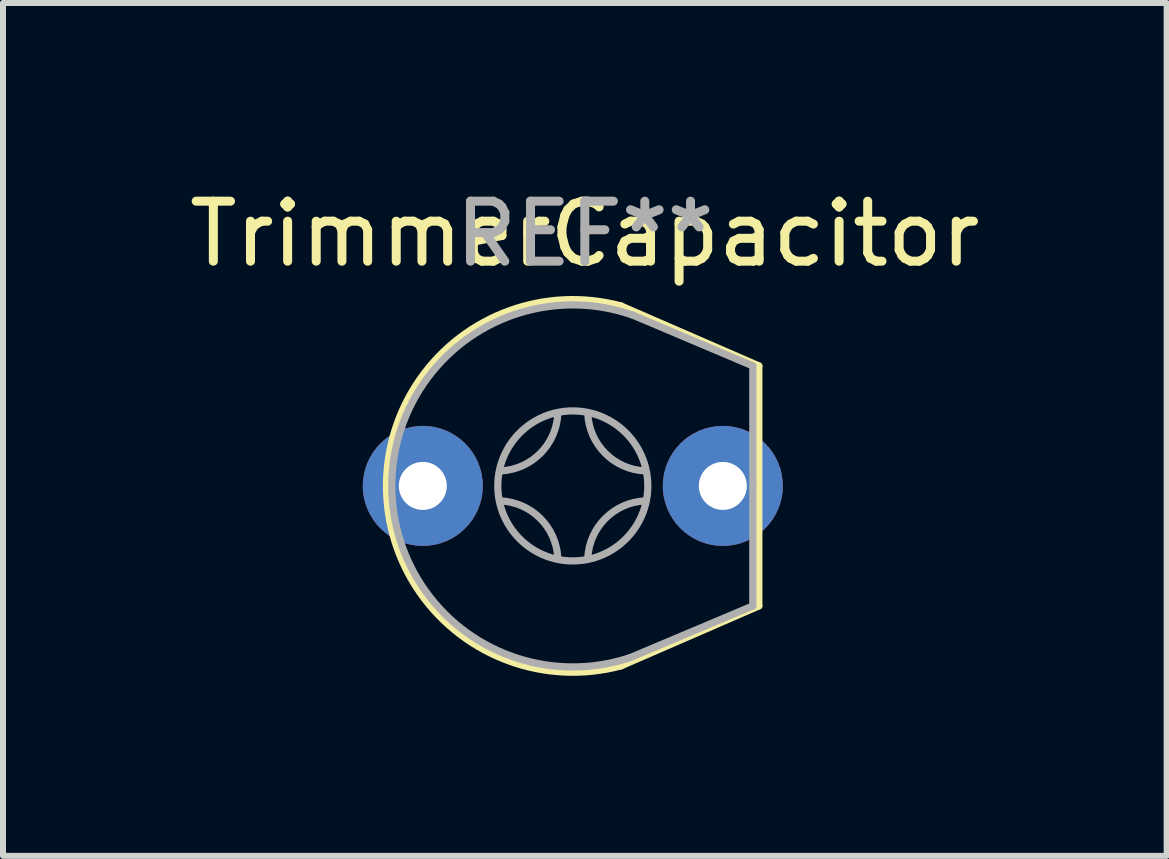
<source format=kicad_pcb>
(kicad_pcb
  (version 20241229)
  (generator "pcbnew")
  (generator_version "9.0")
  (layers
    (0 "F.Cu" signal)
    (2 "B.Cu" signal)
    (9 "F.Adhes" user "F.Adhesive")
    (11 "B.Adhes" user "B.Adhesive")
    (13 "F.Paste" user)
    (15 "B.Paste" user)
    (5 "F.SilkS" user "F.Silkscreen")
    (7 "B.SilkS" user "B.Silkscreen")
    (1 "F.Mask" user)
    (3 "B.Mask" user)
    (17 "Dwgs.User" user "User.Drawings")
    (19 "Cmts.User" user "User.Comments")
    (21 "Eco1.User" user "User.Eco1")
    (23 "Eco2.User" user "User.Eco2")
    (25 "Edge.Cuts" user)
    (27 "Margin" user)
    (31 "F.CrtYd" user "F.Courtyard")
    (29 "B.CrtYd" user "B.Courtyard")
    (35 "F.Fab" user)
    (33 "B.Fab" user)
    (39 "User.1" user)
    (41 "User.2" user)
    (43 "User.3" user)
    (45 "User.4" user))
  (footprint "TrimmerCapacitor"
    (layer "F.Cu")
    (at 6.496 5.048)
    (property "Reference" "TrimmerCapacitor" (at 0.2 -4.2 0) (layer "F.SilkS") (effects (font (size 1 1) (thickness 0.15))))
    (attr through_hole)
    (fp_line (start 0.8 -3) (end 3.1 -2) (stroke (width 0.12) (type solid)) (layer "F.SilkS"))
    (fp_line (start 0.8 3) (end 3.1 2) (stroke (width 0.12) (type solid)) (layer "F.SilkS"))
    (fp_line (start 3.1 2) (end 3.1 -2) (stroke (width 0.12) (type solid)) (layer "F.SilkS"))
    (fp_arc (start 0.8 3) (mid -3.104835 0) (end 0.8 -3) (stroke (width 0.12) (type solid)) (layer "F.SilkS"))
    (fp_line (start 0.954 2.862) (end 3 2) (stroke (width 0.12) (type solid)) (layer "F.Fab"))
    (fp_line (start 3 -2) (end 1 -2.846) (stroke (width 0.12) (type solid)) (layer "F.Fab"))
    (fp_line (start 3 0) (end 3 -2) (stroke (width 0.12) (type solid)) (layer "F.Fab"))
    (fp_line (start 3 0) (end 3 2) (stroke (width 0.12) (type solid)) (layer "F.Fab"))
    (fp_arc (start -1.200062 0.249997) (mid -0.542032 0.541988) (end -0.25 1.2) (stroke (width 0.12) (type solid)) (layer "F.Fab"))
    (fp_arc (start -0.249997 -1.200062) (mid -0.541988 -0.542032) (end -1.2 -0.25) (stroke (width 0.12) (type solid)) (layer "F.Fab"))
    (fp_arc (start 0.25 1.2) (mid 0.54201 0.54201) (end 1.2 0.25) (stroke (width 0.12) (type solid)) (layer "F.Fab"))
    (fp_arc (start 0.953939 2.861817) (mid -3.016522 -0.024343) (end 1 -2.846049) (stroke (width 0.12) (type solid)) (layer "F.Fab"))
    (fp_arc (start 1.200062 -0.249997) (mid 0.542032 -0.541988) (end 0.25 -1.2) (stroke (width 0.12) (type solid)) (layer "F.Fab"))
    (fp_circle (center 0 0) (end 0 1.25) (stroke (width 0.12) (type solid)) (fill no) (layer "F.Fab"))
    (fp_text user "REF**" (at 0.2 -4.2 0) (layer "F.Fab") (effects (font (size 1 1) (thickness 0.15))))
    (pad "1" thru_hole circle (at -2.5 0) (size 2 2) (drill 0.8) (layers "*.Cu" "*.Mask"))
    (pad "2" thru_hole circle (at 2.5 0) (size 2 2) (drill 0.8) (layers "*.Cu" "*.Mask")))
  (gr_rect
    (start -3 -3)
    (end 16.393 11.213)
    (stroke (width 0.1) (type default))
    (fill no)
    (layer "Edge.Cuts")))
</source>
